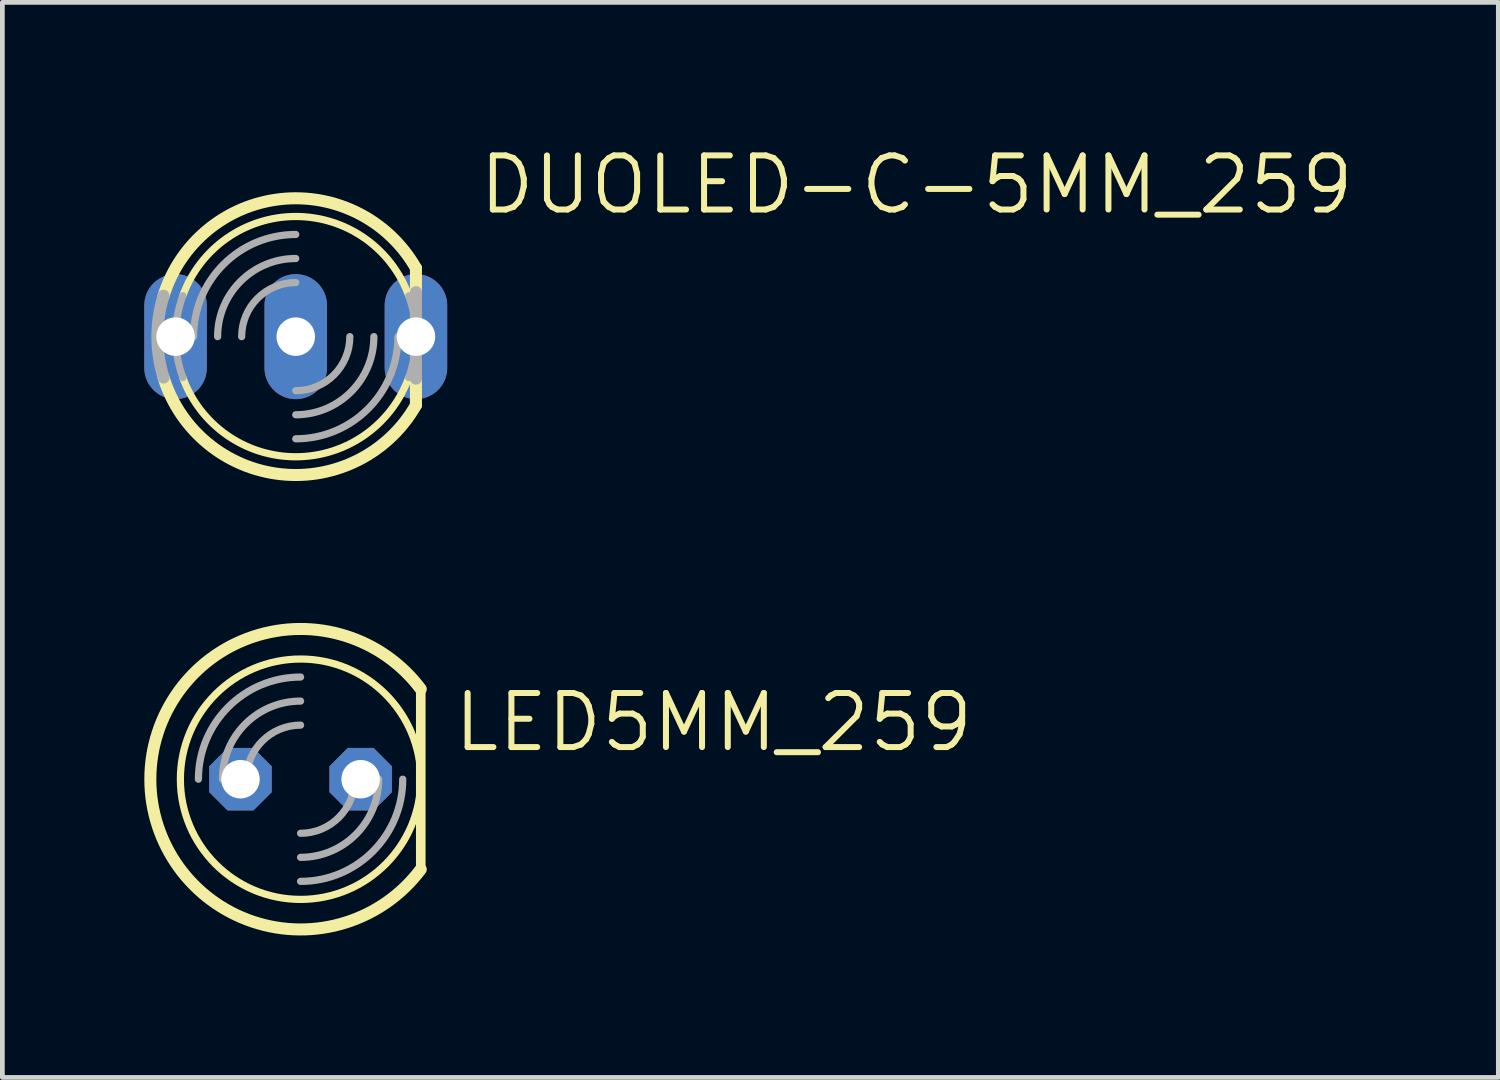
<source format=kicad_pcb>
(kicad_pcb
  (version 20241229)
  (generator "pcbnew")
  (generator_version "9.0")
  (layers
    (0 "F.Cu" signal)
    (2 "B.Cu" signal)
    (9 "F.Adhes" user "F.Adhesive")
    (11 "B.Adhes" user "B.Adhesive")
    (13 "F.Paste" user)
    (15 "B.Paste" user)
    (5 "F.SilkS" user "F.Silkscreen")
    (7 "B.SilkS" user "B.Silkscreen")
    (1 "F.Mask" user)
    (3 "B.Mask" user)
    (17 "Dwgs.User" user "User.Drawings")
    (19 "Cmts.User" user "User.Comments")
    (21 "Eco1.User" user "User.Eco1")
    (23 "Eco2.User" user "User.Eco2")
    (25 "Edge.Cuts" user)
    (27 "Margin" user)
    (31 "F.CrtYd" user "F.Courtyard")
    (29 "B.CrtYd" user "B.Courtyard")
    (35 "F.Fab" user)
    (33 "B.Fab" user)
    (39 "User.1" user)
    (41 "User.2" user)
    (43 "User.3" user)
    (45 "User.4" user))
  (footprint "DUOLED-C-5MM_259"
    (layer "F.Cu")
    (at 3.2 4.064)
    (property "Reference" "DUOLED-C-5MM_259" (at 3.81 -2.54 0) (unlocked yes) (layer "F.SilkS") (effects (font (size 1.143 1.143) (thickness 0.127)) (justify left bottom)))
    (fp_line (start 2.54 -1.448) (end 2.54 -0.889) (stroke (width 0.254) (type solid)) (layer "F.SilkS"))
    (fp_line (start 2.54 0.889) (end 2.54 1.448) (stroke (width 0.254) (type solid)) (layer "F.SilkS"))
    (fp_arc (start -2.7933 -0.8634) (mid -0.3185 -2.906455) (end 2.540001 -1.447798) (stroke (width 0.254) (type solid)) (layer "F.SilkS"))
    (fp_arc (start -2.3876 -0.8636) (mid 0 -2.538984) (end 2.3876 -0.8636) (stroke (width 0.1524) (type solid)) (layer "F.SilkS"))
    (fp_arc (start 2.3876 0.8636) (mid 0 2.538984) (end -2.3876 0.8636) (stroke (width 0.1524) (type solid)) (layer "F.SilkS"))
    (fp_arc (start 2.540698 1.448201) (mid -0.318535 2.906916) (end -2.794 0.8636) (stroke (width 0.254) (type solid)) (layer "F.SilkS"))
    (fp_line (start 2.54 -0.94) (end 2.54 0.889) (stroke (width 0.254) (type solid)) (layer "F.Fab"))
    (fp_arc (start -2.794 0.8636) (mid -2.924421 0) (end -2.794 -0.8636) (stroke (width 0.254) (type solid)) (layer "F.Fab"))
    (fp_arc (start -2.3876 0.8636) (mid -2.538984 0) (end -2.3876 -0.8636) (stroke (width 0.1524) (type solid)) (layer "F.Fab"))
    (fp_arc (start -2.159 0) (mid -1.526644 -1.526644) (end 0 -2.159) (stroke (width 0.1524) (type solid)) (layer "F.Fab"))
    (fp_arc (start -1.651 0) (mid -1.167433 -1.167433) (end 0 -1.651) (stroke (width 0.1524) (type solid)) (layer "F.Fab"))
    (fp_arc (start -1.143 0) (mid -0.808223 -0.808223) (end 0 -1.143) (stroke (width 0.1524) (type solid)) (layer "F.Fab"))
    (fp_arc (start 1.143 0) (mid 0.808223 0.808223) (end 0 1.143) (stroke (width 0.1524) (type solid)) (layer "F.Fab"))
    (fp_arc (start 1.651 0) (mid 1.167433 1.167433) (end 0 1.651) (stroke (width 0.1524) (type solid)) (layer "F.Fab"))
    (fp_arc (start 2.159 0) (mid 1.526644 1.526644) (end 0 2.159) (stroke (width 0.1524) (type solid)) (layer "F.Fab"))
    (fp_arc (start 2.3876 -0.8636) (mid 2.538984 0) (end 2.3876 0.8636) (stroke (width 0.1524) (type solid)) (layer "F.Fab"))
    (pad "AR" thru_hole oval (at 2.54 0 90) (size 2.642 1.321) (drill 0.813) (layers "*.Cu" "*.Mask"))
    (pad "AX" thru_hole oval (at -2.54 0 90) (size 2.642 1.321) (drill 0.813) (layers "*.Cu" "*.Mask"))
    (pad "C" thru_hole oval (at 0 0 90) (size 2.642 1.321) (drill 0.813) (layers "*.Cu" "*.Mask")))
  (footprint "LED5MM_259"
    (layer "F.Cu")
    (at 3.302 13.417)
    (property "Reference" "LED5MM_259" (at 3.175 -0.533 0) (unlocked yes) (layer "F.SilkS") (effects (font (size 1.143 1.143) (thickness 0.127)) (justify left bottom)))
    (fp_line (start 2.54 1.905) (end 2.54 -1.905) (stroke (width 0.203) (type solid)) (layer "F.SilkS"))
    (fp_arc (start 2.54 1.905) (mid -3.175 0) (end 2.54 -1.905) (stroke (width 0.254) (type solid)) (layer "F.SilkS"))
    (fp_circle (center 0 0) (end 2.54 0) (stroke (width 0.152) (type solid)) (fill no) (layer "F.SilkS"))
    (fp_arc (start -2.159 0) (mid -1.526644 -1.526644) (end 0 -2.159) (stroke (width 0.1524) (type solid)) (layer "F.Fab"))
    (fp_arc (start -1.651 0) (mid -1.167433 -1.167433) (end 0 -1.651) (stroke (width 0.1524) (type solid)) (layer "F.Fab"))
    (fp_arc (start -1.143 0) (mid -0.808223 -0.808223) (end 0 -1.143) (stroke (width 0.1524) (type solid)) (layer "F.Fab"))
    (fp_arc (start 1.143 0) (mid 0.808223 0.808223) (end 0 1.143) (stroke (width 0.1524) (type solid)) (layer "F.Fab"))
    (fp_arc (start 1.651 0) (mid 1.167433 1.167433) (end 0 1.651) (stroke (width 0.1524) (type solid)) (layer "F.Fab"))
    (fp_arc (start 2.159 0) (mid 1.526644 1.526644) (end 0 2.159) (stroke (width 0.1524) (type solid)) (layer "F.Fab"))
    (pad "A" thru_hole roundrect (at -1.27 0) (size 1.321 1.321) (drill 0.813) (layers "*.Cu" "*.Mask") (roundrect_rratio 0.25) (chamfer_ratio 0.293) (chamfer top_left top_right bottom_left bottom_right))
    (pad "K" thru_hole roundrect (at 1.27 0) (size 1.321 1.321) (drill 0.813) (layers "*.Cu" "*.Mask") (roundrect_rratio 0.25) (chamfer_ratio 0.293) (chamfer top_left top_right bottom_left bottom_right)))
  (gr_rect
    (start -3 -3)
    (end 28.614 19.719)
    (stroke (width 0.1) (type default))
    (fill no)
    (layer "Edge.Cuts")))
</source>
